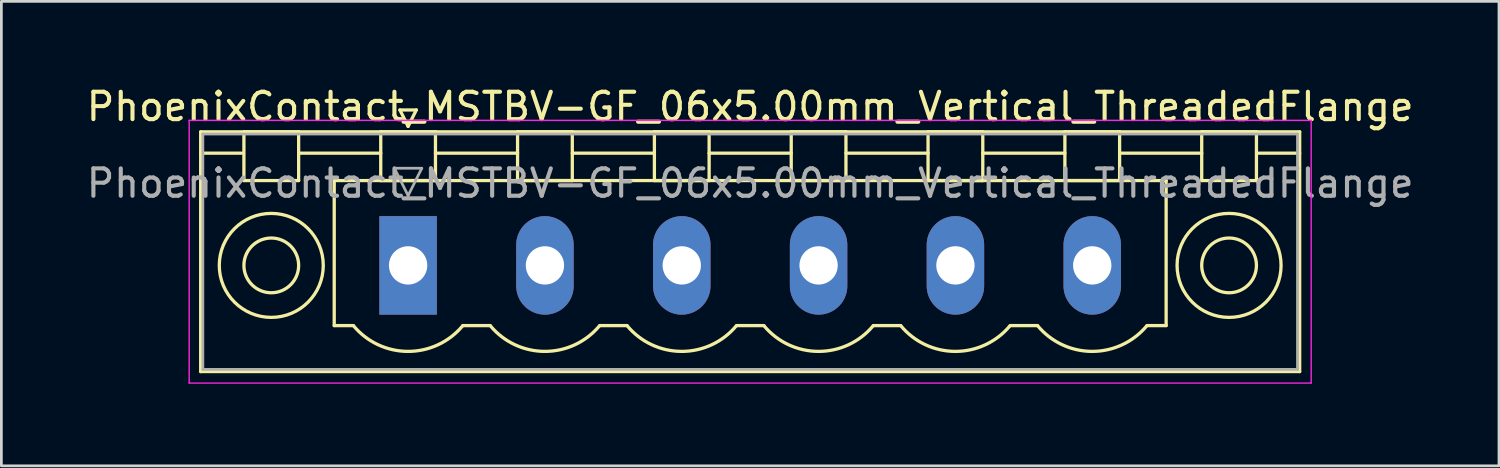
<source format=kicad_pcb>
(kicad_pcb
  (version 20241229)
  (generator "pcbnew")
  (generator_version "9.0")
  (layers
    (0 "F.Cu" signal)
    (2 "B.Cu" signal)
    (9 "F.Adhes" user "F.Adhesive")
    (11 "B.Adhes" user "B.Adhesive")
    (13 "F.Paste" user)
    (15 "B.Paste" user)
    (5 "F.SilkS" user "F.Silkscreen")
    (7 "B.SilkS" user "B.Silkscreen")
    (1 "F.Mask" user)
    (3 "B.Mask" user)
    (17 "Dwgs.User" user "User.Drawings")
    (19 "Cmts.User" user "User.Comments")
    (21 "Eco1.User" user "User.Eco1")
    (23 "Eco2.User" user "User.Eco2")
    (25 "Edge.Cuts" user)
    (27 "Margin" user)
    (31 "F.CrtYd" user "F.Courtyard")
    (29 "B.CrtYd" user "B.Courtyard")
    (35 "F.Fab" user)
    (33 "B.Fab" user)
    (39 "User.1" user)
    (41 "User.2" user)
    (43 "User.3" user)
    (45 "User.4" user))
  (footprint "PhoenixContact_MSTBV-GF_06x5.00mm_Vertical_ThreadedFlange"
    (layer "F.Cu")
    (at 11.863 6.648)
    (property "Reference" "PhoenixContact_MSTBV-GF_06x5.00mm_Vertical_ThreadedFlange" (at 12.5 -5.8 0) (layer "F.SilkS") (effects (font (size 1 1) (thickness 0.15))))
    (attr through_hole)
    (fp_line (start -7.58 -4.88) (end -7.58 3.88) (stroke (width 0.12) (type solid)) (layer "F.SilkS"))
    (fp_line (start -7.58 -4.1) (end -6.08 -4.1) (stroke (width 0.12) (type solid)) (layer "F.SilkS"))
    (fp_line (start -7.58 3.88) (end 32.58 3.88) (stroke (width 0.12) (type solid)) (layer "F.SilkS"))
    (fp_line (start -6 -4.88) (end -4 -4.88) (stroke (width 0.12) (type solid)) (layer "F.SilkS"))
    (fp_line (start -6 -3.1) (end -6 -4.88) (stroke (width 0.12) (type solid)) (layer "F.SilkS"))
    (fp_line (start -4 -4.88) (end -4 -3.1) (stroke (width 0.12) (type solid)) (layer "F.SilkS"))
    (fp_line (start -4 -4.1) (end -1 -4.1) (stroke (width 0.12) (type solid)) (layer "F.SilkS"))
    (fp_line (start -4 -3.1) (end -6 -3.1) (stroke (width 0.12) (type solid)) (layer "F.SilkS"))
    (fp_line (start -2.7 -3.1) (end 27.7 -3.1) (stroke (width 0.12) (type solid)) (layer "F.SilkS"))
    (fp_line (start -2.7 2.2) (end -2.7 -3.1) (stroke (width 0.12) (type solid)) (layer "F.SilkS"))
    (fp_line (start -2 2.2) (end -2.7 2.2) (stroke (width 0.12) (type solid)) (layer "F.SilkS"))
    (fp_line (start -1 -4.88) (end 1 -4.88) (stroke (width 0.12) (type solid)) (layer "F.SilkS"))
    (fp_line (start -1 -3.1) (end -1 -4.88) (stroke (width 0.12) (type solid)) (layer "F.SilkS"))
    (fp_line (start -0.3 -5.68) (end 0.3 -5.68) (stroke (width 0.12) (type solid)) (layer "F.SilkS"))
    (fp_line (start 0 -5.08) (end -0.3 -5.68) (stroke (width 0.12) (type solid)) (layer "F.SilkS"))
    (fp_line (start 0.3 -5.68) (end 0 -5.08) (stroke (width 0.12) (type solid)) (layer "F.SilkS"))
    (fp_line (start 1 -4.88) (end 1 -3.1) (stroke (width 0.12) (type solid)) (layer "F.SilkS"))
    (fp_line (start 1 -4.1) (end 4 -4.1) (stroke (width 0.12) (type solid)) (layer "F.SilkS"))
    (fp_line (start 1 -3.1) (end -1 -3.1) (stroke (width 0.12) (type solid)) (layer "F.SilkS"))
    (fp_line (start 2 2.2) (end 3 2.2) (stroke (width 0.12) (type solid)) (layer "F.SilkS"))
    (fp_line (start 4 -4.88) (end 6 -4.88) (stroke (width 0.12) (type solid)) (layer "F.SilkS"))
    (fp_line (start 4 -3.1) (end 4 -4.88) (stroke (width 0.12) (type solid)) (layer "F.SilkS"))
    (fp_line (start 6 -4.88) (end 6 -3.1) (stroke (width 0.12) (type solid)) (layer "F.SilkS"))
    (fp_line (start 6 -4.1) (end 9 -4.1) (stroke (width 0.12) (type solid)) (layer "F.SilkS"))
    (fp_line (start 6 -3.1) (end 4 -3.1) (stroke (width 0.12) (type solid)) (layer "F.SilkS"))
    (fp_line (start 7 2.2) (end 8 2.2) (stroke (width 0.12) (type solid)) (layer "F.SilkS"))
    (fp_line (start 9 -4.88) (end 11 -4.88) (stroke (width 0.12) (type solid)) (layer "F.SilkS"))
    (fp_line (start 9 -3.1) (end 9 -4.88) (stroke (width 0.12) (type solid)) (layer "F.SilkS"))
    (fp_line (start 11 -4.88) (end 11 -3.1) (stroke (width 0.12) (type solid)) (layer "F.SilkS"))
    (fp_line (start 11 -4.1) (end 14 -4.1) (stroke (width 0.12) (type solid)) (layer "F.SilkS"))
    (fp_line (start 11 -3.1) (end 9 -3.1) (stroke (width 0.12) (type solid)) (layer "F.SilkS"))
    (fp_line (start 12 2.2) (end 13 2.2) (stroke (width 0.12) (type solid)) (layer "F.SilkS"))
    (fp_line (start 14 -4.88) (end 16 -4.88) (stroke (width 0.12) (type solid)) (layer "F.SilkS"))
    (fp_line (start 14 -3.1) (end 14 -4.88) (stroke (width 0.12) (type solid)) (layer "F.SilkS"))
    (fp_line (start 16 -4.88) (end 16 -3.1) (stroke (width 0.12) (type solid)) (layer "F.SilkS"))
    (fp_line (start 16 -4.1) (end 19 -4.1) (stroke (width 0.12) (type solid)) (layer "F.SilkS"))
    (fp_line (start 16 -3.1) (end 14 -3.1) (stroke (width 0.12) (type solid)) (layer "F.SilkS"))
    (fp_line (start 17 2.2) (end 18 2.2) (stroke (width 0.12) (type solid)) (layer "F.SilkS"))
    (fp_line (start 19 -4.88) (end 21 -4.88) (stroke (width 0.12) (type solid)) (layer "F.SilkS"))
    (fp_line (start 19 -3.1) (end 19 -4.88) (stroke (width 0.12) (type solid)) (layer "F.SilkS"))
    (fp_line (start 21 -4.88) (end 21 -3.1) (stroke (width 0.12) (type solid)) (layer "F.SilkS"))
    (fp_line (start 21 -4.1) (end 24 -4.1) (stroke (width 0.12) (type solid)) (layer "F.SilkS"))
    (fp_line (start 21 -3.1) (end 19 -3.1) (stroke (width 0.12) (type solid)) (layer "F.SilkS"))
    (fp_line (start 22 2.2) (end 23 2.2) (stroke (width 0.12) (type solid)) (layer "F.SilkS"))
    (fp_line (start 24 -4.88) (end 26 -4.88) (stroke (width 0.12) (type solid)) (layer "F.SilkS"))
    (fp_line (start 24 -3.1) (end 24 -4.88) (stroke (width 0.12) (type solid)) (layer "F.SilkS"))
    (fp_line (start 26 -4.88) (end 26 -3.1) (stroke (width 0.12) (type solid)) (layer "F.SilkS"))
    (fp_line (start 26 -4.1) (end 29 -4.1) (stroke (width 0.12) (type solid)) (layer "F.SilkS"))
    (fp_line (start 26 -3.1) (end 24 -3.1) (stroke (width 0.12) (type solid)) (layer "F.SilkS"))
    (fp_line (start 27.7 -3.1) (end 27.7 2.2) (stroke (width 0.12) (type solid)) (layer "F.SilkS"))
    (fp_line (start 27.7 2.2) (end 27 2.2) (stroke (width 0.12) (type solid)) (layer "F.SilkS"))
    (fp_line (start 29 -4.88) (end 31 -4.88) (stroke (width 0.12) (type solid)) (layer "F.SilkS"))
    (fp_line (start 29 -3.1) (end 29 -4.88) (stroke (width 0.12) (type solid)) (layer "F.SilkS"))
    (fp_line (start 31 -4.88) (end 31 -3.1) (stroke (width 0.12) (type solid)) (layer "F.SilkS"))
    (fp_line (start 31 -3.1) (end 29 -3.1) (stroke (width 0.12) (type solid)) (layer "F.SilkS"))
    (fp_line (start 32.58 -4.88) (end -7.58 -4.88) (stroke (width 0.12) (type solid)) (layer "F.SilkS"))
    (fp_line (start 32.58 -4.1) (end 31.08 -4.1) (stroke (width 0.12) (type solid)) (layer "F.SilkS"))
    (fp_line (start 32.58 3.88) (end 32.58 -4.88) (stroke (width 0.12) (type solid)) (layer "F.SilkS"))
    (fp_arc (start 1.986842 2.215821) (mid -0.010289 3.142758) (end -2 2.2) (stroke (width 0.12) (type solid)) (layer "F.SilkS"))
    (fp_arc (start 6.986842 2.215821) (mid 4.989711 3.142758) (end 3 2.2) (stroke (width 0.12) (type solid)) (layer "F.SilkS"))
    (fp_arc (start 11.986842 2.215821) (mid 9.989711 3.142758) (end 8 2.2) (stroke (width 0.12) (type solid)) (layer "F.SilkS"))
    (fp_arc (start 16.986842 2.215821) (mid 14.989711 3.142758) (end 13 2.2) (stroke (width 0.12) (type solid)) (layer "F.SilkS"))
    (fp_arc (start 21.986842 2.215821) (mid 19.989711 3.142758) (end 18 2.2) (stroke (width 0.12) (type solid)) (layer "F.SilkS"))
    (fp_arc (start 26.986842 2.215821) (mid 24.989711 3.142758) (end 23 2.2) (stroke (width 0.12) (type solid)) (layer "F.SilkS"))
    (fp_circle (center -5 0) (end -4 0) (stroke (width 0.12) (type solid)) (fill no) (layer "F.SilkS"))
    (fp_circle (center -5 0) (end -3.1 0) (stroke (width 0.12) (type solid)) (fill no) (layer "F.SilkS"))
    (fp_circle (center 30 0) (end 31 0) (stroke (width 0.12) (type solid)) (fill no) (layer "F.SilkS"))
    (fp_circle (center 30 0) (end 31.9 0) (stroke (width 0.12) (type solid)) (fill no) (layer "F.SilkS"))
    (fp_line (start -8 -5.3) (end -8 4.3) (stroke (width 0.05) (type solid)) (layer "F.CrtYd"))
    (fp_line (start -8 4.3) (end 33 4.3) (stroke (width 0.05) (type solid)) (layer "F.CrtYd"))
    (fp_line (start 33 -5.3) (end -8 -5.3) (stroke (width 0.05) (type solid)) (layer "F.CrtYd"))
    (fp_line (start 33 4.3) (end 33 -5.3) (stroke (width 0.05) (type solid)) (layer "F.CrtYd"))
    (fp_line (start -7.5 -4.8) (end -7.5 3.8) (stroke (width 0.1) (type solid)) (layer "F.Fab"))
    (fp_line (start -7.5 3.8) (end 32.5 3.8) (stroke (width 0.1) (type solid)) (layer "F.Fab"))
    (fp_line (start -0.5 -3.55) (end 0.5 -3.55) (stroke (width 0.1) (type solid)) (layer "F.Fab"))
    (fp_line (start 0 -2.55) (end -0.5 -3.55) (stroke (width 0.1) (type solid)) (layer "F.Fab"))
    (fp_line (start 0.5 -3.55) (end 0 -2.55) (stroke (width 0.1) (type solid)) (layer "F.Fab"))
    (fp_line (start 32.5 -4.8) (end -7.5 -4.8) (stroke (width 0.1) (type solid)) (layer "F.Fab"))
    (fp_line (start 32.5 3.8) (end 32.5 -4.8) (stroke (width 0.1) (type solid)) (layer "F.Fab"))
    (fp_text user "${REFERENCE}" (at 12.5 -3 0) (layer "F.Fab") (effects (font (size 1 1) (thickness 0.15))))
    (pad "1" thru_hole rect (at 0 0) (size 2.1 3.6) (drill 1.4) (layers "*.Cu" "*.Mask"))
    (pad "2" thru_hole oval (at 5 0) (size 2.1 3.6) (drill 1.4) (layers "*.Cu" "*.Mask"))
    (pad "3" thru_hole oval (at 10 0) (size 2.1 3.6) (drill 1.4) (layers "*.Cu" "*.Mask"))
    (pad "4" thru_hole oval (at 15 0) (size 2.1 3.6) (drill 1.4) (layers "*.Cu" "*.Mask"))
    (pad "5" thru_hole oval (at 20 0) (size 2.1 3.6) (drill 1.4) (layers "*.Cu" "*.Mask"))
    (pad "6" thru_hole oval (at 25 0) (size 2.1 3.6) (drill 1.4) (layers "*.Cu" "*.Mask")))
  (gr_rect
    (start -3 -3)
    (end 51.726 13.973)
    (stroke (width 0.1) (type default))
    (fill no)
    (layer "Edge.Cuts")))
</source>
